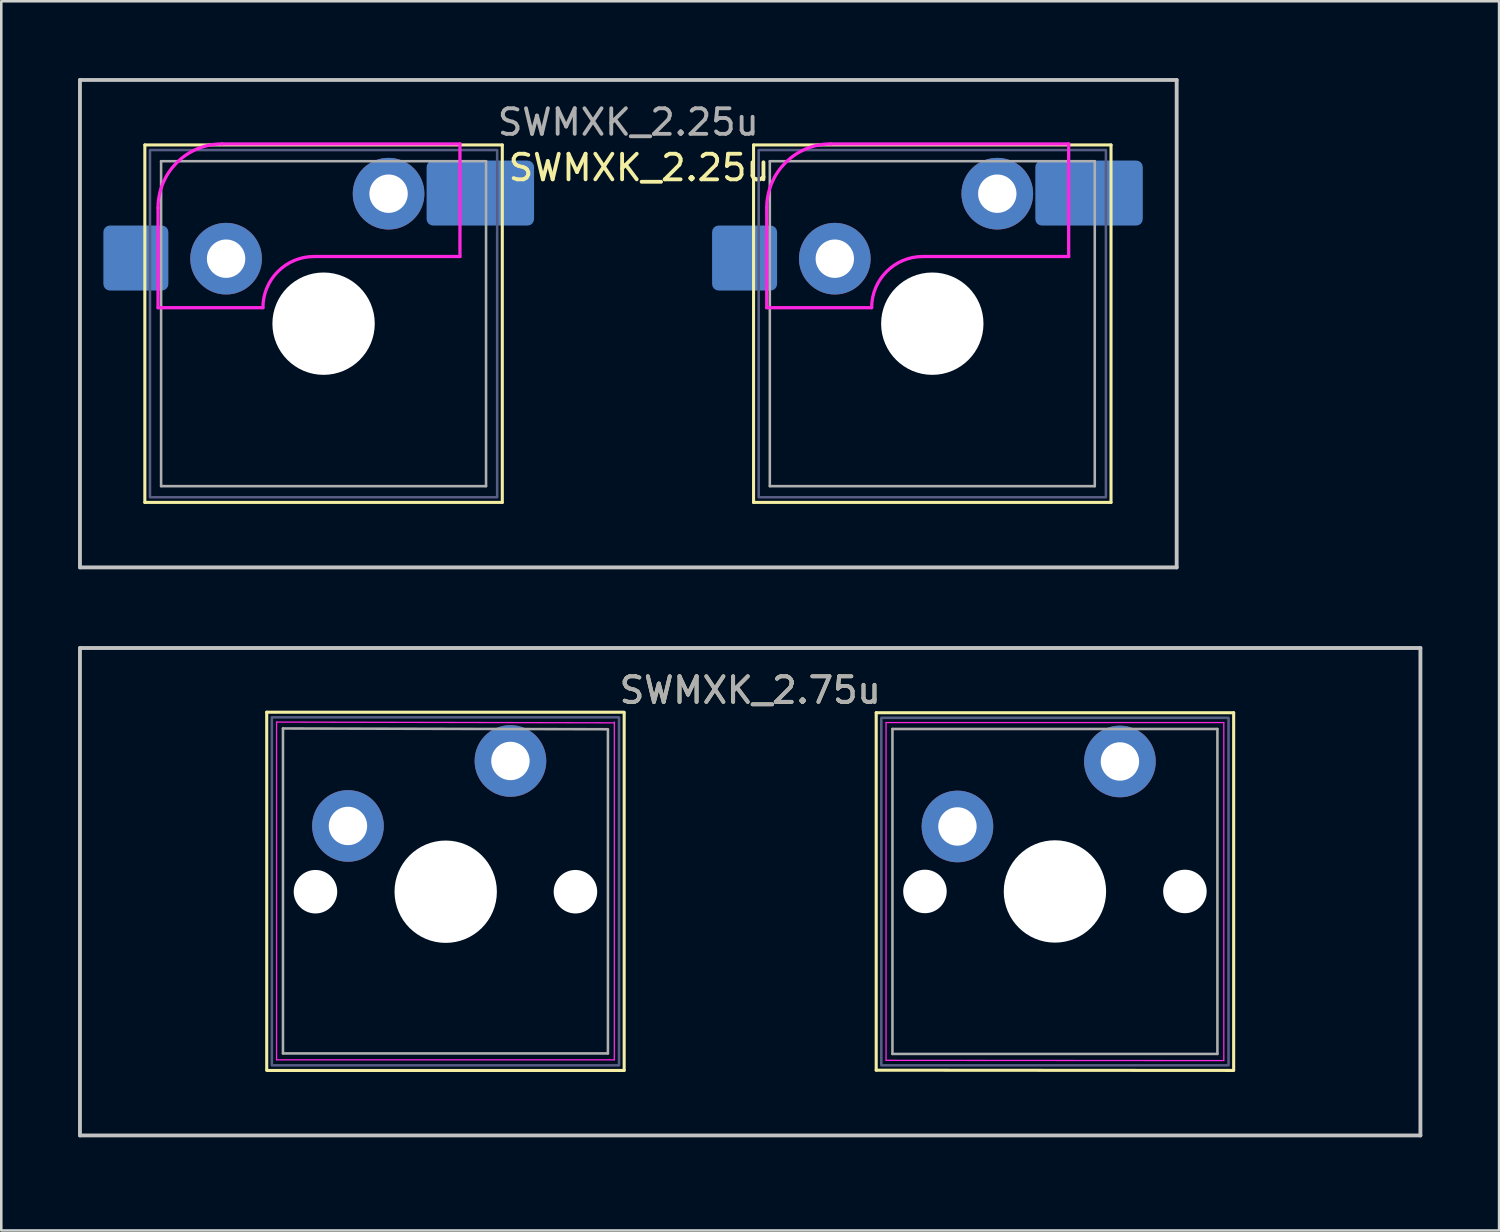
<source format=kicad_pcb>
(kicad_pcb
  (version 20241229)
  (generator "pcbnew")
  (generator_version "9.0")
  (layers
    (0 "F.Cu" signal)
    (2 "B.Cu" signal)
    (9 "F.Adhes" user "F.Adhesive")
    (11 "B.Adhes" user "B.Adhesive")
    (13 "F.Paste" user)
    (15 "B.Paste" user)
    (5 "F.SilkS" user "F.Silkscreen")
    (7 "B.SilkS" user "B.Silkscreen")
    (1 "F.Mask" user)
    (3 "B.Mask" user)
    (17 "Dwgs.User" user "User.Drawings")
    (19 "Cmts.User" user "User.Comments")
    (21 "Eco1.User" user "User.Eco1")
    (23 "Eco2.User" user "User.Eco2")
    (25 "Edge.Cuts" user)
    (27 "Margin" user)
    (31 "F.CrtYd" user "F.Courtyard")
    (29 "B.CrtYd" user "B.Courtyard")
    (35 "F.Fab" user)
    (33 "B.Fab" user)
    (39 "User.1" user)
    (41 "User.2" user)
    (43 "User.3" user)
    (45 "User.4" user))
  (footprint "SWMXK_2.75u"
    (layer "F.Cu")
    (at 28.809 26.72)
    (property "Reference" "SWMXK_2.75u" (at -2.54 -2.794 0) (layer "F.SilkS") (effects (font (size 1 1) (thickness 0.15))))
    (attr through_hole)
    (fp_circle (center -18.26 2.51) (end -16.26 2.51) (stroke (width 0.12) (type solid)) (fill yes) (layer "B.Mask"))
    (fp_circle (center -11.91 0) (end -9.91 0) (stroke (width 0.12) (type solid)) (fill yes) (layer "B.Mask"))
    (fp_circle (center 5.56 2.51) (end 7.56 2.51) (stroke (width 0.12) (type solid)) (fill yes) (layer "B.Mask"))
    (fp_circle (center 11.91 0) (end 13.91 0) (stroke (width 0.12) (type solid)) (fill yes) (layer "B.Mask"))
    (fp_line (start -21.435 -1.935) (end -7.465 -1.935) (stroke (width 0.12) (type solid)) (layer "F.SilkS"))
    (fp_line (start -21.435 12.035) (end -21.435 -1.935) (stroke (width 0.12) (type solid)) (layer "F.SilkS"))
    (fp_line (start -7.465 12.065) (end -21.435 12.065) (stroke (width 0.12) (type solid)) (layer "F.SilkS"))
    (fp_line (start -7.465 12.065) (end -7.465 -1.905) (stroke (width 0.12) (type solid)) (layer "F.SilkS"))
    (fp_line (start 2.385 -1.915) (end 16.355 -1.915) (stroke (width 0.12) (type solid)) (layer "F.SilkS"))
    (fp_line (start 2.385 12.055) (end 2.385 -1.915) (stroke (width 0.12) (type solid)) (layer "F.SilkS"))
    (fp_line (start 16.355 -1.915) (end 16.355 12.055) (stroke (width 0.12) (type solid)) (layer "F.SilkS"))
    (fp_line (start 16.355 12.065) (end 2.385 12.055) (stroke (width 0.12) (type solid)) (layer "F.SilkS"))
    (fp_line (start -28.734 -4.445) (end 23.654 -4.445) (stroke (width 0.15) (type solid)) (layer "Dwgs.User"))
    (fp_line (start -28.734 14.605) (end -28.734 -4.445) (stroke (width 0.15) (type solid)) (layer "Dwgs.User"))
    (fp_line (start 23.654 -4.445) (end 23.654 14.605) (stroke (width 0.15) (type solid)) (layer "Dwgs.User"))
    (fp_line (start 23.654 14.605) (end -28.734 14.605) (stroke (width 0.15) (type solid)) (layer "Dwgs.User"))
    (fp_line (start -21.05 -1.55) (end -7.85 -1.52) (stroke (width 0.05) (type solid)) (layer "F.CrtYd"))
    (fp_line (start -21.05 11.65) (end -21.05 -1.55) (stroke (width 0.05) (type solid)) (layer "F.CrtYd"))
    (fp_line (start -7.85 -1.55) (end -7.85 11.65) (stroke (width 0.05) (type solid)) (layer "F.CrtYd"))
    (fp_line (start -7.85 11.65) (end -21.05 11.65) (stroke (width 0.05) (type solid)) (layer "F.CrtYd"))
    (fp_line (start 2.77 -1.53) (end 15.97 -1.53) (stroke (width 0.05) (type solid)) (layer "F.CrtYd"))
    (fp_line (start 2.77 11.67) (end 2.77 -1.53) (stroke (width 0.05) (type solid)) (layer "F.CrtYd"))
    (fp_line (start 15.97 -1.53) (end 15.97 11.67) (stroke (width 0.05) (type solid)) (layer "F.CrtYd"))
    (fp_line (start 15.97 11.68) (end 2.77 11.67) (stroke (width 0.05) (type solid)) (layer "F.CrtYd"))
    (fp_rect (start -21.235 -1.735) (end -7.665 11.865) (stroke (width 0.1) (type default)) (fill no) (layer "B.Fab"))
    (fp_rect (start 2.585 -1.715) (end 16.155 11.865) (stroke (width 0.1) (type default)) (fill no) (layer "B.Fab"))
    (fp_line (start -20.8 -1.3) (end -8.1 -1.27) (stroke (width 0.1) (type solid)) (layer "F.Fab"))
    (fp_line (start -20.8 11.4) (end -20.8 -1.3) (stroke (width 0.1) (type solid)) (layer "F.Fab"))
    (fp_line (start -8.1 -1.25) (end -8.1 11.4) (stroke (width 0.1) (type solid)) (layer "F.Fab"))
    (fp_line (start -8.1 11.4) (end -20.8 11.4) (stroke (width 0.1) (type solid)) (layer "F.Fab"))
    (fp_line (start 3.02 -1.28) (end 15.72 -1.28) (stroke (width 0.1) (type solid)) (layer "F.Fab"))
    (fp_line (start 3.02 11.42) (end 3.02 -1.28) (stroke (width 0.1) (type solid)) (layer "F.Fab"))
    (fp_line (start 15.72 -1.28) (end 15.72 11.42) (stroke (width 0.1) (type solid)) (layer "F.Fab"))
    (fp_line (start 15.72 11.42) (end 3.02 11.42) (stroke (width 0.1) (type solid)) (layer "F.Fab"))
    (fp_text user "${REFERENCE}" (at -2.54 -2.794 0) (layer "F.Fab") (effects (font (size 1 1) (thickness 0.15))))
    (pad "" np_thru_hole circle (at -19.53 5.08) (size 1.7 1.7) (drill 1.7) (layers "*.Cu" "*.Mask"))
    (pad "" smd circle (at -14.44 -1.92) (size 3.05 3.05) (layers "F.Paste"))
    (pad "" np_thru_hole circle (at -14.44 5.08) (size 4 4) (drill 4) (layers "*.Cu" "*.Mask"))
    (pad "" smd circle (at -14.44 13.32) (size 4 4) (layers "F.Paste"))
    (pad "" np_thru_hole circle (at -9.37 5.08) (size 1.7 1.7) (drill 1.7) (layers "*.Cu" "*.Mask"))
    (pad "" np_thru_hole circle (at 4.29 5.07) (size 1.7 1.7) (drill 1.7) (layers "*.Cu" "*.Mask"))
    (pad "" smd circle (at 9.36 -1.92) (size 3.05 3.05) (layers "F.Paste"))
    (pad "" smd circle (at 9.36 13.32) (size 4 4) (layers "F.Paste"))
    (pad "" np_thru_hole circle (at 9.37 5.07) (size 4 4) (drill 4) (layers "*.Cu" "*.Mask"))
    (pad "" np_thru_hole circle (at 14.45 5.07) (size 1.7 1.7) (drill 1.7) (layers "*.Cu" "*.Mask"))
    (pad "1" thru_hole circle (at -11.91 -0.03) (size 2.8 2.8) (drill 1.5) (layers "*.Cu" "*.Mask"))
    (pad "1" thru_hole circle (at 11.91 -0.01) (size 2.8 2.8) (drill 1.5) (layers "*.Cu" "*.Mask"))
    (pad "2" thru_hole circle (at -18.26 2.51) (size 2.8 2.8) (drill 1.5) (layers "*.Cu" "*.Mask"))
    (pad "2" thru_hole circle (at 5.56 2.53) (size 2.8 2.8) (drill 1.5) (layers "*.Cu" "*.Mask")))
  (footprint "SWMXK_2.25u"
    (layer "F.Cu")
    (at 24.046 4.52)
    (property "Reference" "SWMXK_2.25u" (at -2.116 -1.016 0) (layer "F.SilkS") (effects (font (size 1 1) (thickness 0.15))))
    (attr through_hole)
    (fp_line (start -21.435 -1.905) (end -7.465 -1.905) (stroke (width 0.12) (type solid)) (layer "F.SilkS"))
    (fp_line (start -21.435 12.065) (end -21.435 -1.905) (stroke (width 0.12) (type solid)) (layer "F.SilkS"))
    (fp_line (start -7.465 -1.905) (end -7.465 12.065) (stroke (width 0.12) (type solid)) (layer "F.SilkS"))
    (fp_line (start -7.465 12.065) (end -21.435 12.065) (stroke (width 0.12) (type solid)) (layer "F.SilkS"))
    (fp_line (start 2.355 -1.905) (end 16.325 -1.905) (stroke (width 0.12) (type solid)) (layer "F.SilkS"))
    (fp_line (start 2.355 12.065) (end 2.355 -1.905) (stroke (width 0.12) (type solid)) (layer "F.SilkS"))
    (fp_line (start 16.325 -1.905) (end 16.325 12.065) (stroke (width 0.12) (type solid)) (layer "F.SilkS"))
    (fp_line (start 16.325 12.065) (end 2.355 12.065) (stroke (width 0.12) (type solid)) (layer "F.SilkS"))
    (fp_line (start -23.971 -4.445) (end 18.891 -4.445) (stroke (width 0.15) (type solid)) (layer "Dwgs.User"))
    (fp_line (start -23.971 14.605) (end -23.971 -4.445) (stroke (width 0.15) (type solid)) (layer "Dwgs.User"))
    (fp_line (start 18.891 -4.445) (end 18.891 14.605) (stroke (width 0.15) (type solid)) (layer "Dwgs.User"))
    (fp_line (start 18.891 14.605) (end -23.971 14.605) (stroke (width 0.15) (type solid)) (layer "Dwgs.User"))
    (fp_line (start -20.92 4.455) (end -20.92 0.555) (stroke (width 0.127) (type solid)) (layer "F.CrtYd"))
    (fp_line (start -18.42 -1.945) (end -9.12 -1.945) (stroke (width 0.127) (type solid)) (layer "F.CrtYd"))
    (fp_line (start -16.82 4.455) (end -20.92 4.455) (stroke (width 0.127) (type solid)) (layer "F.CrtYd"))
    (fp_line (start -9.12 2.455) (end -14.82 2.455) (stroke (width 0.127) (type solid)) (layer "F.CrtYd"))
    (fp_line (start -9.12 2.455) (end -9.12 -1.945) (stroke (width 0.127) (type solid)) (layer "F.CrtYd"))
    (fp_line (start 2.87 4.455) (end 2.87 0.555) (stroke (width 0.127) (type solid)) (layer "F.CrtYd"))
    (fp_line (start 5.37 -1.945) (end 14.67 -1.945) (stroke (width 0.127) (type solid)) (layer "F.CrtYd"))
    (fp_line (start 6.97 4.455) (end 2.87 4.455) (stroke (width 0.127) (type solid)) (layer "F.CrtYd"))
    (fp_line (start 14.67 2.455) (end 8.97 2.455) (stroke (width 0.127) (type solid)) (layer "F.CrtYd"))
    (fp_line (start 14.67 2.455) (end 14.67 -1.945) (stroke (width 0.127) (type solid)) (layer "F.CrtYd"))
    (fp_arc (start -20.92 0.555) (mid -20.187767 -1.212767) (end -18.42 -1.945) (stroke (width 0.127) (type solid)) (layer "F.CrtYd"))
    (fp_arc (start -16.82 4.455) (mid -16.234214 3.040785) (end -14.82 2.455) (stroke (width 0.127) (type solid)) (layer "F.CrtYd"))
    (fp_arc (start 2.87 0.555) (mid 3.602233 -1.212767) (end 5.37 -1.945) (stroke (width 0.127) (type solid)) (layer "F.CrtYd"))
    (fp_arc (start 6.97 4.455) (mid 7.555786 3.040786) (end 8.97 2.455) (stroke (width 0.127) (type solid)) (layer "F.CrtYd"))
    (fp_rect (start -21.235 -1.705) (end -7.665 11.865) (stroke (width 0.1) (type default)) (fill no) (layer "B.Fab"))
    (fp_rect (start 2.555 -1.705) (end 16.125 11.865) (stroke (width 0.1) (type default)) (fill no) (layer "B.Fab"))
    (fp_line (start -20.8 -1.27) (end -8.1 -1.27) (stroke (width 0.1) (type solid)) (layer "F.Fab"))
    (fp_line (start -20.8 11.43) (end -20.8 -1.27) (stroke (width 0.1) (type solid)) (layer "F.Fab"))
    (fp_line (start -8.1 -1.27) (end -8.1 11.43) (stroke (width 0.1) (type solid)) (layer "F.Fab"))
    (fp_line (start -8.1 11.43) (end -20.8 11.43) (stroke (width 0.1) (type solid)) (layer "F.Fab"))
    (fp_line (start 2.99 -1.27) (end 15.69 -1.27) (stroke (width 0.1) (type solid)) (layer "F.Fab"))
    (fp_line (start 2.99 11.43) (end 2.99 -1.27) (stroke (width 0.1) (type solid)) (layer "F.Fab"))
    (fp_line (start 15.69 -1.27) (end 15.69 11.43) (stroke (width 0.1) (type solid)) (layer "F.Fab"))
    (fp_line (start 15.69 11.43) (end 2.99 11.43) (stroke (width 0.1) (type solid)) (layer "F.Fab"))
    (fp_text user "${REFERENCE}" (at -2.54 -2.794 0) (layer "F.Fab") (effects (font (size 1 1) (thickness 0.15))))
    (pad "" smd circle (at -19.53 5.08) (size 1.7 1.7) (layers "F.Paste"))
    (pad "" np_thru_hole circle (at -14.45 5.08) (size 4 4) (drill 4) (layers "*.Cu" "*.Mask"))
    (pad "" smd circle (at -9.37 5.08) (size 1.7 1.7) (layers "F.Paste"))
    (pad "" smd circle (at 4.26 5.08) (size 1.7 1.7) (layers "F.Paste"))
    (pad "" np_thru_hole circle (at 9.34 5.08) (size 4 4) (drill 4) (layers "*.Cu" "*.Mask"))
    (pad "" smd circle (at 14.42 5.08) (size 1.7 1.7) (layers "F.Paste"))
    (pad "1" thru_hole circle (at -11.91 0) (size 2.8 2.8) (drill 1.5) (layers "*.Cu" "*.Mask"))
    (pad "1" smd roundrect (at -8.324 -0.025) (size 4.2 2.54) (layers "B.Cu" "B.Mask") (roundrect_rratio 0.1))
    (pad "1" thru_hole circle (at 11.88 0) (size 2.8 2.8) (drill 1.5) (layers "*.Cu" "*.Mask"))
    (pad "1" smd roundrect (at 15.466 -0.025) (size 4.2 2.54) (layers "B.Cu" "B.Mask") (roundrect_rratio 0.1))
    (pad "2" smd roundrect (at -21.786 2.515) (size 2.54 2.54) (layers "B.Cu" "B.Mask") (roundrect_rratio 0.1))
    (pad "2" thru_hole circle (at -18.26 2.54) (size 2.8 2.8) (drill 1.5) (layers "*.Cu" "*.Mask"))
    (pad "2" smd roundrect (at 2.004 2.515) (size 2.54 2.54) (layers "B.Cu" "B.Mask") (roundrect_rratio 0.1))
    (pad "2" thru_hole circle (at 5.53 2.54) (size 2.8 2.8) (drill 1.5) (layers "*.Cu" "*.Mask")))
  (gr_rect
    (start -3 -3)
    (end 55.538 45.04)
    (stroke (width 0.1) (type default))
    (fill no)
    (layer "Edge.Cuts")))
</source>
